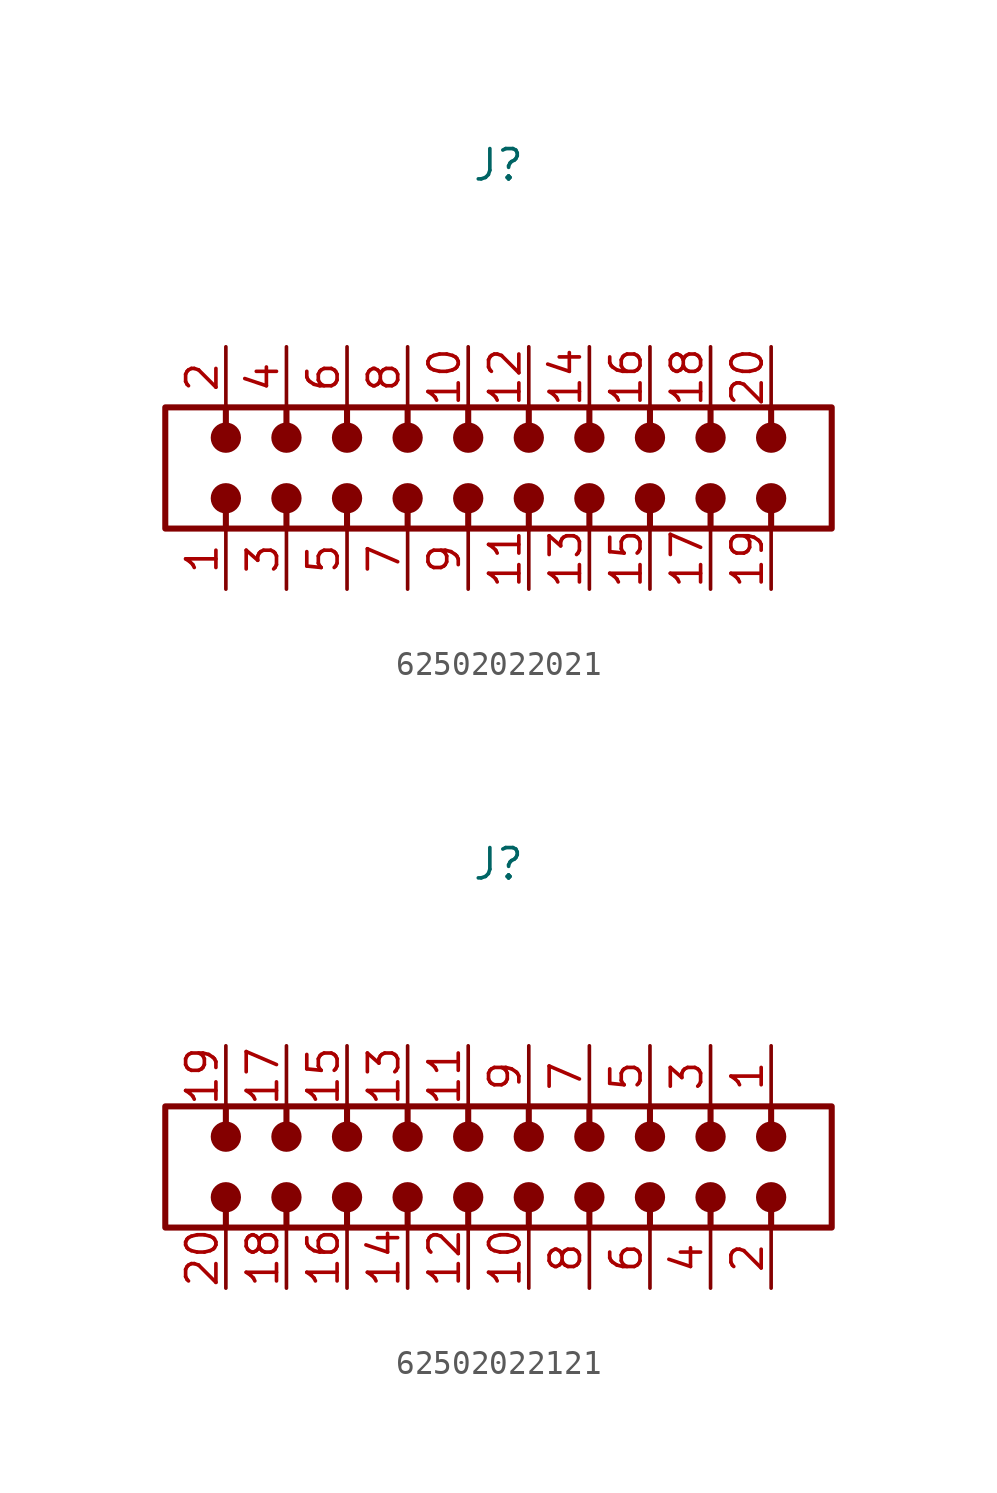
<source format=kicad_sym>
(kicad_symbol_lib
  (version 20241209)
  (generator "kicad_symbol_editor")
  (generator_version "9.0")
  (symbol "62502022021"
    (pin_names
      (hide yes))
    (property "Reference" "J"
      (at 0 12.7 0)
      (effects (font (size 1.27 1.27))))
    (symbol "62502022021_1_1"
      (rectangle (start -13.97 2.54) (end 13.97 -2.54) (stroke (width 0.254) (type solid)) (fill (type none)))
      (polyline (pts (xy -11.43 1.778) (xy -11.43 2.54)) (stroke (width 0.254) (type solid)) (fill (type none)))
      (circle (center -11.43 1.27) (radius 0.508) (stroke (width 0.254) (type solid)) (fill (type outline)))
      (circle (center -11.43 -1.27) (radius 0.508) (stroke (width 0.254) (type solid)) (fill (type outline)))
      (polyline (pts (xy -11.43 -1.778) (xy -11.43 -2.54)) (stroke (width 0.254) (type solid)) (fill (type none)))
      (polyline (pts (xy -8.89 1.778) (xy -8.89 2.54)) (stroke (width 0.254) (type solid)) (fill (type none)))
      (circle (center -8.89 1.27) (radius 0.508) (stroke (width 0.254) (type solid)) (fill (type outline)))
      (circle (center -8.89 -1.27) (radius 0.508) (stroke (width 0.254) (type solid)) (fill (type outline)))
      (polyline (pts (xy -8.89 -1.778) (xy -8.89 -2.54)) (stroke (width 0.254) (type solid)) (fill (type none)))
      (polyline (pts (xy -6.35 1.778) (xy -6.35 2.54)) (stroke (width 0.254) (type solid)) (fill (type none)))
      (circle (center -6.35 1.27) (radius 0.508) (stroke (width 0.254) (type solid)) (fill (type outline)))
      (circle (center -6.35 -1.27) (radius 0.508) (stroke (width 0.254) (type solid)) (fill (type outline)))
      (polyline (pts (xy -6.35 -1.778) (xy -6.35 -2.54)) (stroke (width 0.254) (type solid)) (fill (type none)))
      (polyline (pts (xy -3.81 1.778) (xy -3.81 2.54)) (stroke (width 0.254) (type solid)) (fill (type none)))
      (circle (center -3.81 1.27) (radius 0.508) (stroke (width 0.254) (type solid)) (fill (type outline)))
      (circle (center -3.81 -1.27) (radius 0.508) (stroke (width 0.254) (type solid)) (fill (type outline)))
      (polyline (pts (xy -3.81 -1.778) (xy -3.81 -2.54)) (stroke (width 0.254) (type solid)) (fill (type none)))
      (polyline (pts (xy -1.27 1.778) (xy -1.27 2.54)) (stroke (width 0.254) (type solid)) (fill (type none)))
      (circle (center -1.27 1.27) (radius 0.508) (stroke (width 0.254) (type solid)) (fill (type outline)))
      (circle (center -1.27 -1.27) (radius 0.508) (stroke (width 0.254) (type solid)) (fill (type outline)))
      (polyline (pts (xy -1.27 -1.778) (xy -1.27 -2.54)) (stroke (width 0.254) (type solid)) (fill (type none)))
      (polyline (pts (xy 1.27 1.778) (xy 1.27 2.54)) (stroke (width 0.254) (type solid)) (fill (type none)))
      (circle (center 1.27 1.27) (radius 0.508) (stroke (width 0.254) (type solid)) (fill (type outline)))
      (circle (center 1.27 -1.27) (radius 0.508) (stroke (width 0.254) (type solid)) (fill (type outline)))
      (polyline (pts (xy 1.27 -1.778) (xy 1.27 -2.54)) (stroke (width 0.254) (type solid)) (fill (type none)))
      (polyline (pts (xy 3.81 1.778) (xy 3.81 2.54)) (stroke (width 0.254) (type solid)) (fill (type none)))
      (circle (center 3.81 1.27) (radius 0.508) (stroke (width 0.254) (type solid)) (fill (type outline)))
      (circle (center 3.81 -1.27) (radius 0.508) (stroke (width 0.254) (type solid)) (fill (type outline)))
      (polyline (pts (xy 3.81 -1.778) (xy 3.81 -2.54)) (stroke (width 0.254) (type solid)) (fill (type none)))
      (polyline (pts (xy 6.35 1.778) (xy 6.35 2.54)) (stroke (width 0.254) (type solid)) (fill (type none)))
      (circle (center 6.35 1.27) (radius 0.508) (stroke (width 0.254) (type solid)) (fill (type outline)))
      (circle (center 6.35 -1.27) (radius 0.508) (stroke (width 0.254) (type solid)) (fill (type outline)))
      (polyline (pts (xy 6.35 -1.778) (xy 6.35 -2.54)) (stroke (width 0.254) (type solid)) (fill (type none)))
      (polyline (pts (xy 8.89 1.778) (xy 8.89 2.54)) (stroke (width 0.254) (type solid)) (fill (type none)))
      (circle (center 8.89 1.27) (radius 0.508) (stroke (width 0.254) (type solid)) (fill (type outline)))
      (circle (center 8.89 -1.27) (radius 0.508) (stroke (width 0.254) (type solid)) (fill (type outline)))
      (polyline (pts (xy 8.89 -1.778) (xy 8.89 -2.54)) (stroke (width 0.254) (type solid)) (fill (type none)))
      (polyline (pts (xy 11.43 1.778) (xy 11.43 2.54)) (stroke (width 0.254) (type solid)) (fill (type none)))
      (circle (center 11.43 1.27) (radius 0.508) (stroke (width 0.254) (type solid)) (fill (type outline)))
      (circle (center 11.43 -1.27) (radius 0.508) (stroke (width 0.254) (type solid)) (fill (type outline)))
      (polyline (pts (xy 11.43 -1.778) (xy 11.43 -2.54)) (stroke (width 0.254) (type solid)) (fill (type none)))
      (pin passive line (at -11.43 5.08 270) (length 2.54) (name "2" (effects (font (size 1.27 1.27)))) (number "2" (effects (font (size 1.27 1.27)))))
      (pin passive line (at -11.43 -5.08 90) (length 2.54) (name "1" (effects (font (size 1.27 1.27)))) (number "1" (effects (font (size 1.27 1.27)))))
      (pin passive line (at -8.89 5.08 270) (length 2.54) (name "4" (effects (font (size 1.27 1.27)))) (number "4" (effects (font (size 1.27 1.27)))))
      (pin passive line (at -8.89 -5.08 90) (length 2.54) (name "3" (effects (font (size 1.27 1.27)))) (number "3" (effects (font (size 1.27 1.27)))))
      (pin passive line (at -6.35 5.08 270) (length 2.54) (name "6" (effects (font (size 1.27 1.27)))) (number "6" (effects (font (size 1.27 1.27)))))
      (pin passive line (at -6.35 -5.08 90) (length 2.54) (name "5" (effects (font (size 1.27 1.27)))) (number "5" (effects (font (size 1.27 1.27)))))
      (pin passive line (at -3.81 5.08 270) (length 2.54) (name "8" (effects (font (size 1.27 1.27)))) (number "8" (effects (font (size 1.27 1.27)))))
      (pin passive line (at -3.81 -5.08 90) (length 2.54) (name "7" (effects (font (size 1.27 1.27)))) (number "7" (effects (font (size 1.27 1.27)))))
      (pin passive line (at -1.27 5.08 270) (length 2.54) (name "10" (effects (font (size 1.27 1.27)))) (number "10" (effects (font (size 1.27 1.27)))))
      (pin passive line (at -1.27 -5.08 90) (length 2.54) (name "9" (effects (font (size 1.27 1.27)))) (number "9" (effects (font (size 1.27 1.27)))))
      (pin passive line (at 1.27 5.08 270) (length 2.54) (name "12" (effects (font (size 1.27 1.27)))) (number "12" (effects (font (size 1.27 1.27)))))
      (pin passive line (at 1.27 -5.08 90) (length 2.54) (name "11" (effects (font (size 1.27 1.27)))) (number "11" (effects (font (size 1.27 1.27)))))
      (pin passive line (at 3.81 5.08 270) (length 2.54) (name "14" (effects (font (size 1.27 1.27)))) (number "14" (effects (font (size 1.27 1.27)))))
      (pin passive line (at 3.81 -5.08 90) (length 2.54) (name "13" (effects (font (size 1.27 1.27)))) (number "13" (effects (font (size 1.27 1.27)))))
      (pin passive line (at 6.35 5.08 270) (length 2.54) (name "16" (effects (font (size 1.27 1.27)))) (number "16" (effects (font (size 1.27 1.27)))))
      (pin passive line (at 6.35 -5.08 90) (length 2.54) (name "15" (effects (font (size 1.27 1.27)))) (number "15" (effects (font (size 1.27 1.27)))))
      (pin passive line (at 8.89 5.08 270) (length 2.54) (name "18" (effects (font (size 1.27 1.27)))) (number "18" (effects (font (size 1.27 1.27)))))
      (pin passive line (at 8.89 -5.08 90) (length 2.54) (name "17" (effects (font (size 1.27 1.27)))) (number "17" (effects (font (size 1.27 1.27)))))
      (pin passive line (at 11.43 5.08 270) (length 2.54) (name "20" (effects (font (size 1.27 1.27)))) (number "20" (effects (font (size 1.27 1.27)))))
      (pin passive line (at 11.43 -5.08 90) (length 2.54) (name "19" (effects (font (size 1.27 1.27)))) (number "19" (effects (font (size 1.27 1.27)))))))
  (symbol "62502022121"
    (pin_names
      (hide yes))
    (property "Reference" "J"
      (at 0 12.7 0)
      (effects (font (size 1.27 1.27))))
    (symbol "62502022121_1_1"
      (rectangle (start -13.97 2.54) (end 13.97 -2.54) (stroke (width 0.254) (type solid)) (fill (type none)))
      (polyline (pts (xy -11.43 1.778) (xy -11.43 2.54)) (stroke (width 0.254) (type solid)) (fill (type none)))
      (circle (center -11.43 1.27) (radius 0.508) (stroke (width 0.254) (type solid)) (fill (type outline)))
      (circle (center -11.43 -1.27) (radius 0.508) (stroke (width 0.254) (type solid)) (fill (type outline)))
      (polyline (pts (xy -11.43 -1.778) (xy -11.43 -2.54)) (stroke (width 0.254) (type solid)) (fill (type none)))
      (polyline (pts (xy -8.89 1.778) (xy -8.89 2.54)) (stroke (width 0.254) (type solid)) (fill (type none)))
      (circle (center -8.89 1.27) (radius 0.508) (stroke (width 0.254) (type solid)) (fill (type outline)))
      (circle (center -8.89 -1.27) (radius 0.508) (stroke (width 0.254) (type solid)) (fill (type outline)))
      (polyline (pts (xy -8.89 -1.778) (xy -8.89 -2.54)) (stroke (width 0.254) (type solid)) (fill (type none)))
      (polyline (pts (xy -6.35 1.778) (xy -6.35 2.54)) (stroke (width 0.254) (type solid)) (fill (type none)))
      (circle (center -6.35 1.27) (radius 0.508) (stroke (width 0.254) (type solid)) (fill (type outline)))
      (circle (center -6.35 -1.27) (radius 0.508) (stroke (width 0.254) (type solid)) (fill (type outline)))
      (polyline (pts (xy -6.35 -1.778) (xy -6.35 -2.54)) (stroke (width 0.254) (type solid)) (fill (type none)))
      (polyline (pts (xy -3.81 1.778) (xy -3.81 2.54)) (stroke (width 0.254) (type solid)) (fill (type none)))
      (circle (center -3.81 1.27) (radius 0.508) (stroke (width 0.254) (type solid)) (fill (type outline)))
      (circle (center -3.81 -1.27) (radius 0.508) (stroke (width 0.254) (type solid)) (fill (type outline)))
      (polyline (pts (xy -3.81 -1.778) (xy -3.81 -2.54)) (stroke (width 0.254) (type solid)) (fill (type none)))
      (polyline (pts (xy -1.27 1.778) (xy -1.27 2.54)) (stroke (width 0.254) (type solid)) (fill (type none)))
      (circle (center -1.27 1.27) (radius 0.508) (stroke (width 0.254) (type solid)) (fill (type outline)))
      (circle (center -1.27 -1.27) (radius 0.508) (stroke (width 0.254) (type solid)) (fill (type outline)))
      (polyline (pts (xy -1.27 -1.778) (xy -1.27 -2.54)) (stroke (width 0.254) (type solid)) (fill (type none)))
      (polyline (pts (xy 1.27 1.778) (xy 1.27 2.54)) (stroke (width 0.254) (type solid)) (fill (type none)))
      (circle (center 1.27 1.27) (radius 0.508) (stroke (width 0.254) (type solid)) (fill (type outline)))
      (circle (center 1.27 -1.27) (radius 0.508) (stroke (width 0.254) (type solid)) (fill (type outline)))
      (polyline (pts (xy 1.27 -1.778) (xy 1.27 -2.54)) (stroke (width 0.254) (type solid)) (fill (type none)))
      (polyline (pts (xy 3.81 1.778) (xy 3.81 2.54)) (stroke (width 0.254) (type solid)) (fill (type none)))
      (circle (center 3.81 1.27) (radius 0.508) (stroke (width 0.254) (type solid)) (fill (type outline)))
      (circle (center 3.81 -1.27) (radius 0.508) (stroke (width 0.254) (type solid)) (fill (type outline)))
      (polyline (pts (xy 3.81 -1.778) (xy 3.81 -2.54)) (stroke (width 0.254) (type solid)) (fill (type none)))
      (polyline (pts (xy 6.35 1.778) (xy 6.35 2.54)) (stroke (width 0.254) (type solid)) (fill (type none)))
      (circle (center 6.35 1.27) (radius 0.508) (stroke (width 0.254) (type solid)) (fill (type outline)))
      (circle (center 6.35 -1.27) (radius 0.508) (stroke (width 0.254) (type solid)) (fill (type outline)))
      (polyline (pts (xy 6.35 -1.778) (xy 6.35 -2.54)) (stroke (width 0.254) (type solid)) (fill (type none)))
      (polyline (pts (xy 8.89 1.778) (xy 8.89 2.54)) (stroke (width 0.254) (type solid)) (fill (type none)))
      (circle (center 8.89 1.27) (radius 0.508) (stroke (width 0.254) (type solid)) (fill (type outline)))
      (circle (center 8.89 -1.27) (radius 0.508) (stroke (width 0.254) (type solid)) (fill (type outline)))
      (polyline (pts (xy 8.89 -1.778) (xy 8.89 -2.54)) (stroke (width 0.254) (type solid)) (fill (type none)))
      (polyline (pts (xy 11.43 1.778) (xy 11.43 2.54)) (stroke (width 0.254) (type solid)) (fill (type none)))
      (circle (center 11.43 1.27) (radius 0.508) (stroke (width 0.254) (type solid)) (fill (type outline)))
      (circle (center 11.43 -1.27) (radius 0.508) (stroke (width 0.254) (type solid)) (fill (type outline)))
      (polyline (pts (xy 11.43 -1.778) (xy 11.43 -2.54)) (stroke (width 0.254) (type solid)) (fill (type none)))
      (pin passive line (at -11.43 5.08 270) (length 2.54) (name "19" (effects (font (size 1.27 1.27)))) (number "19" (effects (font (size 1.27 1.27)))))
      (pin passive line (at -11.43 -5.08 90) (length 2.54) (name "20" (effects (font (size 1.27 1.27)))) (number "20" (effects (font (size 1.27 1.27)))))
      (pin passive line (at -8.89 5.08 270) (length 2.54) (name "17" (effects (font (size 1.27 1.27)))) (number "17" (effects (font (size 1.27 1.27)))))
      (pin passive line (at -8.89 -5.08 90) (length 2.54) (name "18" (effects (font (size 1.27 1.27)))) (number "18" (effects (font (size 1.27 1.27)))))
      (pin passive line (at -6.35 5.08 270) (length 2.54) (name "15" (effects (font (size 1.27 1.27)))) (number "15" (effects (font (size 1.27 1.27)))))
      (pin passive line (at -6.35 -5.08 90) (length 2.54) (name "16" (effects (font (size 1.27 1.27)))) (number "16" (effects (font (size 1.27 1.27)))))
      (pin passive line (at -3.81 5.08 270) (length 2.54) (name "13" (effects (font (size 1.27 1.27)))) (number "13" (effects (font (size 1.27 1.27)))))
      (pin passive line (at -3.81 -5.08 90) (length 2.54) (name "14" (effects (font (size 1.27 1.27)))) (number "14" (effects (font (size 1.27 1.27)))))
      (pin passive line (at -1.27 5.08 270) (length 2.54) (name "11" (effects (font (size 1.27 1.27)))) (number "11" (effects (font (size 1.27 1.27)))))
      (pin passive line (at -1.27 -5.08 90) (length 2.54) (name "12" (effects (font (size 1.27 1.27)))) (number "12" (effects (font (size 1.27 1.27)))))
      (pin passive line (at 1.27 5.08 270) (length 2.54) (name "9" (effects (font (size 1.27 1.27)))) (number "9" (effects (font (size 1.27 1.27)))))
      (pin passive line (at 1.27 -5.08 90) (length 2.54) (name "10" (effects (font (size 1.27 1.27)))) (number "10" (effects (font (size 1.27 1.27)))))
      (pin passive line (at 3.81 5.08 270) (length 2.54) (name "7" (effects (font (size 1.27 1.27)))) (number "7" (effects (font (size 1.27 1.27)))))
      (pin passive line (at 3.81 -5.08 90) (length 2.54) (name "8" (effects (font (size 1.27 1.27)))) (number "8" (effects (font (size 1.27 1.27)))))
      (pin passive line (at 6.35 5.08 270) (length 2.54) (name "5" (effects (font (size 1.27 1.27)))) (number "5" (effects (font (size 1.27 1.27)))))
      (pin passive line (at 6.35 -5.08 90) (length 2.54) (name "6" (effects (font (size 1.27 1.27)))) (number "6" (effects (font (size 1.27 1.27)))))
      (pin passive line (at 8.89 5.08 270) (length 2.54) (name "3" (effects (font (size 1.27 1.27)))) (number "3" (effects (font (size 1.27 1.27)))))
      (pin passive line (at 8.89 -5.08 90) (length 2.54) (name "4" (effects (font (size 1.27 1.27)))) (number "4" (effects (font (size 1.27 1.27)))))
      (pin passive line (at 11.43 5.08 270) (length 2.54) (name "1" (effects (font (size 1.27 1.27)))) (number "1" (effects (font (size 1.27 1.27)))))
      (pin passive line (at 11.43 -5.08 90) (length 2.54) (name "2" (effects (font (size 1.27 1.27)))) (number "2" (effects (font (size 1.27 1.27))))))))
</source>
